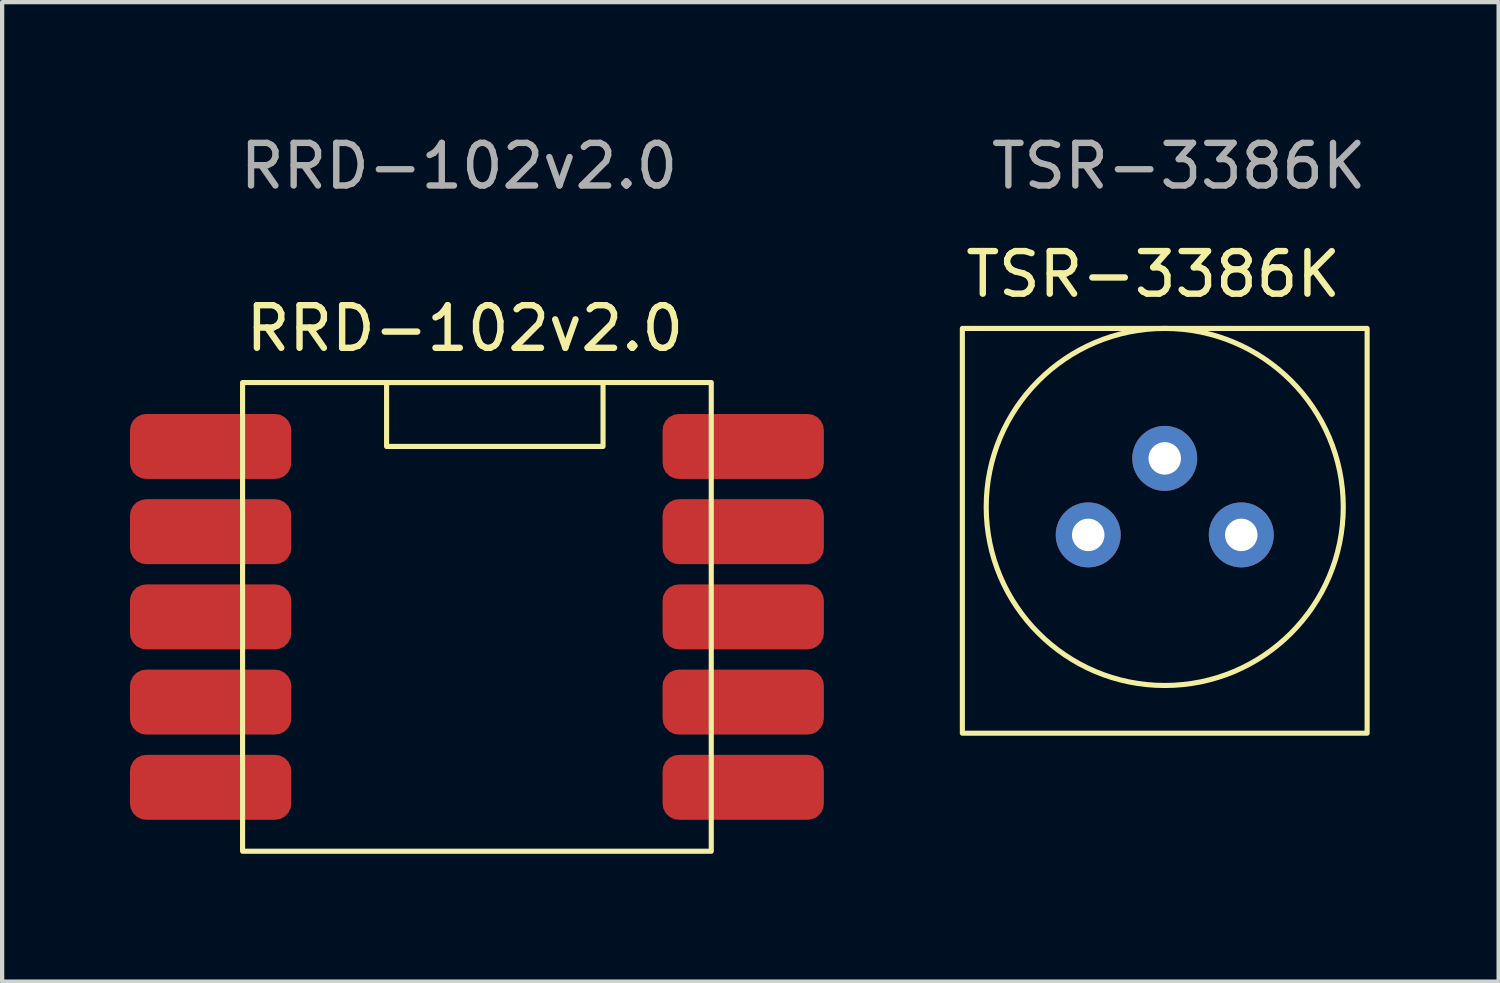
<source format=kicad_pcb>
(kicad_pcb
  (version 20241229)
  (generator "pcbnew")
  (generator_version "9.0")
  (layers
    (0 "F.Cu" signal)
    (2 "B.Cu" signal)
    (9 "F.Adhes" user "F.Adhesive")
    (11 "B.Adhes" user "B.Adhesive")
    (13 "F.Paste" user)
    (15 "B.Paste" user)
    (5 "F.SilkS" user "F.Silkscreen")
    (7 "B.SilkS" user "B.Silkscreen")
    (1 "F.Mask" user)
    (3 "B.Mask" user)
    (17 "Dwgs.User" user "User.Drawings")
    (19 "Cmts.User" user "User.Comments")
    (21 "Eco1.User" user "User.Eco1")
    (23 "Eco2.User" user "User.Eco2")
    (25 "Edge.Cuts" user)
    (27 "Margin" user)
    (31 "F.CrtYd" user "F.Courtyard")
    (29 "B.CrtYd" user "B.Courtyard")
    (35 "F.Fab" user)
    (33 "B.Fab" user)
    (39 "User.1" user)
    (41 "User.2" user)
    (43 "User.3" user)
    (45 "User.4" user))
  (footprint "RRD-102v2.0"
    (layer "F.Cu")
    (at 2.643 5.928)
    (property "Reference" "RRD-102v2.0" (at 0 -1.27 0) (unlocked yes) (layer "F.SilkS") (effects (font (size 1 1) (thickness 0.15)) (justify left)))
    (attr smd)
    (fp_rect (start 0 0) (end 11 11) (stroke (width 0.12) (type solid)) (fill no) (layer "F.SilkS"))
    (fp_rect (start 8.46 0) (end 3.38 1.5) (stroke (width 0.12) (type solid)) (fill no) (layer "F.SilkS"))
    (fp_text user "${REFERENCE}" (at 5.08 -5.08 0) (unlocked yes) (layer "F.Fab") (effects (font (size 1 1) (thickness 0.15))))
    (pad "1" smd roundrect (at -0.75 1.5) (size 3.786 1.524) (layers "F.Cu" "F.Mask" "F.Paste") (roundrect_rratio 0.25))
    (pad "2" smd roundrect (at -0.75 3.5) (size 3.786 1.524) (layers "F.Cu" "F.Mask" "F.Paste") (roundrect_rratio 0.25))
    (pad "3" smd roundrect (at -0.75 5.5) (size 3.786 1.524) (layers "F.Cu" "F.Mask" "F.Paste") (roundrect_rratio 0.25))
    (pad "4" smd roundrect (at -0.75 7.5) (size 3.786 1.524) (layers "F.Cu" "F.Mask" "F.Paste") (roundrect_rratio 0.25))
    (pad "5" smd roundrect (at -0.75 9.5) (size 3.786 1.524) (layers "F.Cu" "F.Mask" "F.Paste") (roundrect_rratio 0.25))
    (pad "6" smd roundrect (at 11.75 9.5) (size 3.786 1.524) (layers "F.Cu" "F.Mask" "F.Paste") (roundrect_rratio 0.25))
    (pad "7" smd roundrect (at 11.75 7.5) (size 3.786 1.524) (layers "F.Cu" "F.Mask" "F.Paste") (roundrect_rratio 0.25))
    (pad "8" smd roundrect (at 11.75 5.5) (size 3.786 1.524) (layers "F.Cu" "F.Mask" "F.Paste") (roundrect_rratio 0.25))
    (pad "9" smd roundrect (at 11.75 3.5) (size 3.786 1.524) (layers "F.Cu" "F.Mask" "F.Paste") (roundrect_rratio 0.25))
    (pad "10" smd roundrect (at 11.75 1.5) (size 3.786 1.524) (layers "F.Cu" "F.Mask" "F.Paste") (roundrect_rratio 0.25)))
  (footprint "TSR-3386K"
    (layer "F.Cu")
    (at 19.536 4.658)
    (property "Reference" "TSR-3386K" (at 0 -1.27 0) (unlocked yes) (layer "F.SilkS") (effects (font (size 1 1) (thickness 0.15)) (justify left)))
    (attr through_hole)
    (fp_rect (start 0 0) (end 9.5 9.5) (stroke (width 0.12) (type solid)) (fill no) (layer "F.SilkS"))
    (fp_circle (center 4.75 4.19) (end 8.94 4.19) (stroke (width 0.12) (type solid)) (fill no) (layer "F.SilkS"))
    (fp_text user "${REFERENCE}" (at 5.08 -3.81 0) (unlocked yes) (layer "F.Fab") (effects (font (size 1 1) (thickness 0.15))))
    (pad "1" thru_hole circle (at 2.954 4.846) (size 1.524 1.524) (drill 0.762) (layers "*.Cu" "*.Mask"))
    (pad "2" thru_hole circle (at 4.75 3.05) (size 1.524 1.524) (drill 0.762) (layers "*.Cu" "*.Mask"))
    (pad "3" thru_hole circle (at 6.546 4.846) (size 1.524 1.524) (drill 0.762) (layers "*.Cu" "*.Mask")))
  (gr_rect
    (start -3 -3)
    (end 32.122 19.988)
    (stroke (width 0.1) (type default))
    (fill no)
    (layer "Edge.Cuts")))
</source>
